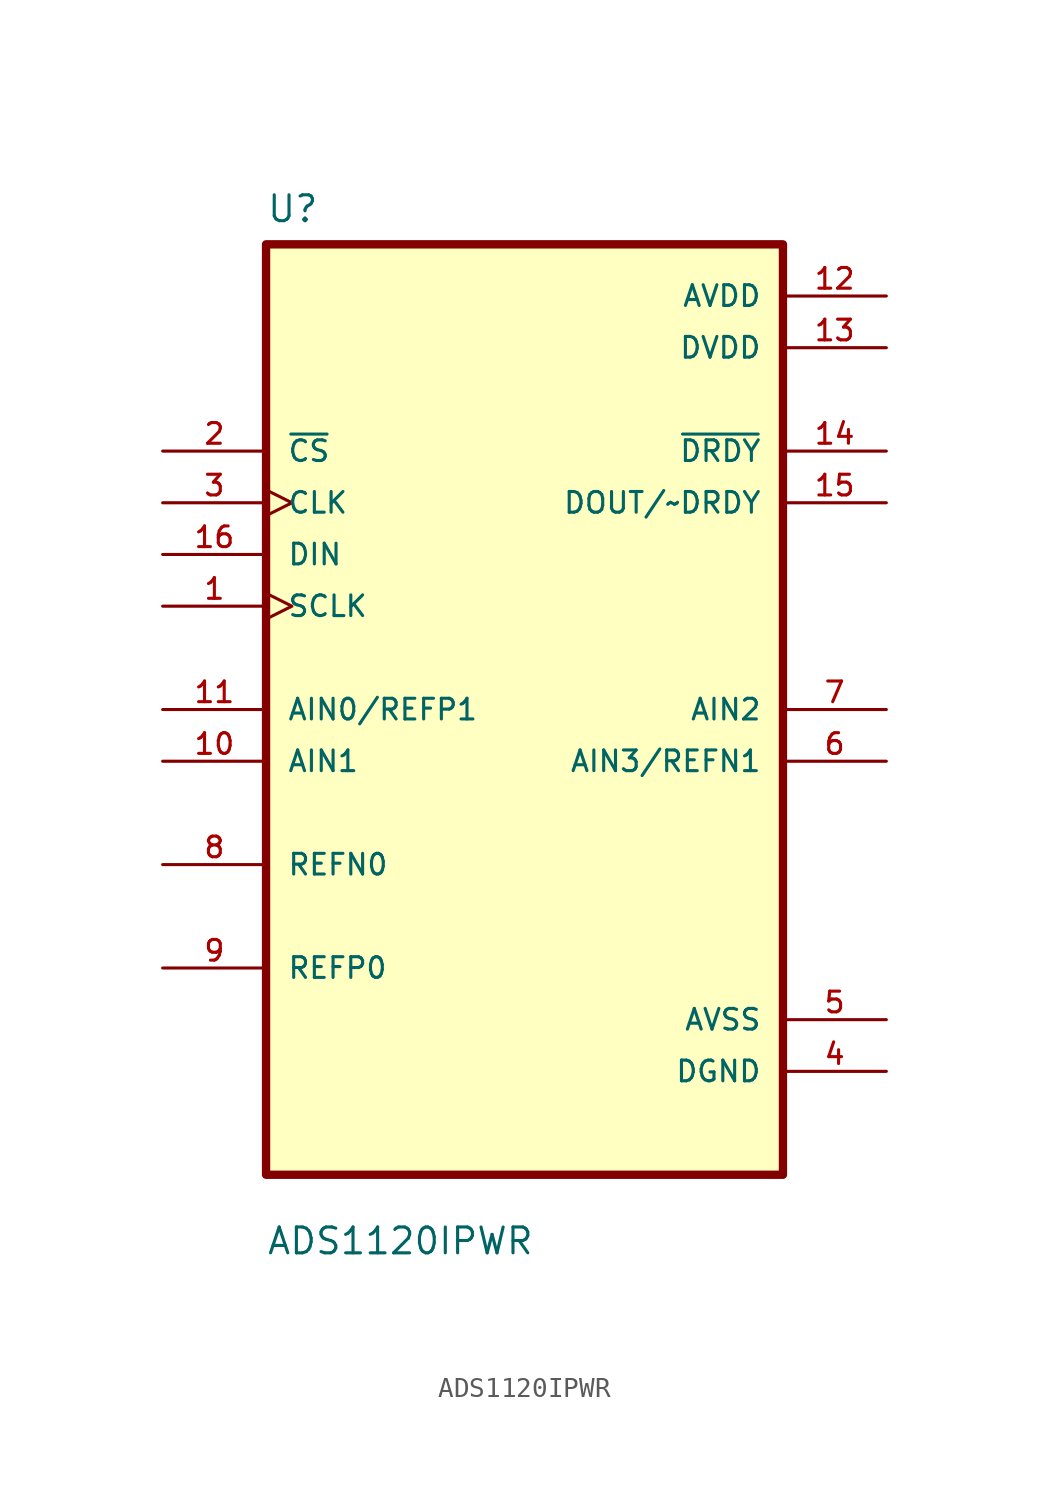
<source format=kicad_sym>
(kicad_symbol_lib
  (version 20211014)
  (generator kicad_symbol_editor)
  (symbol "ADS1120IPWR"
    (pin_names
      (offset 1.016))
    (property "Reference" "U"
      (at -12.7 23.86 0.0)
      (effects (font (size 1.27 1.27)) (justify bottom left)))
    (property "Value" "ADS1120IPWR"
      (at -12.7 -26.86 0.0)
      (effects (font (size 1.27 1.27)) (justify bottom left)))
    (symbol "ADS1120IPWR_0_0"
      (rectangle (start -12.7 -22.86) (end 12.7 22.86) (stroke (width 0.41)) (fill (type background)))
      (pin input line (at -17.78 12.7 0) (length 5.08) (name "~{CS}" (effects (font (size 1.016 1.016)))) (number "2" (effects (font (size 1.016 1.016)))))
      (pin input clock (at -17.78 10.16 0) (length 5.08) (name "CLK" (effects (font (size 1.016 1.016)))) (number "3" (effects (font (size 1.016 1.016)))))
      (pin input line (at -17.78 7.62 0) (length 5.08) (name "DIN" (effects (font (size 1.016 1.016)))) (number "16" (effects (font (size 1.016 1.016)))))
      (pin input clock (at -17.78 5.08 0) (length 5.08) (name "SCLK" (effects (font (size 1.016 1.016)))) (number "1" (effects (font (size 1.016 1.016)))))
      (pin bidirectional line (at -17.78 0.0 0) (length 5.08) (name "AIN0/REFP1" (effects (font (size 1.016 1.016)))) (number "11" (effects (font (size 1.016 1.016)))))
      (pin bidirectional line (at -17.78 -2.54 0) (length 5.08) (name "AIN1" (effects (font (size 1.016 1.016)))) (number "10" (effects (font (size 1.016 1.016)))))
      (pin bidirectional line (at -17.78 -7.62 0) (length 5.08) (name "REFN0" (effects (font (size 1.016 1.016)))) (number "8" (effects (font (size 1.016 1.016)))))
      (pin bidirectional line (at -17.78 -12.7 0) (length 5.08) (name "REFP0" (effects (font (size 1.016 1.016)))) (number "9" (effects (font (size 1.016 1.016)))))
      (pin power_in line (at 17.78 20.32 180.0) (length 5.08) (name "AVDD" (effects (font (size 1.016 1.016)))) (number "12" (effects (font (size 1.016 1.016)))))
      (pin power_in line (at 17.78 17.78 180.0) (length 5.08) (name "DVDD" (effects (font (size 1.016 1.016)))) (number "13" (effects (font (size 1.016 1.016)))))
      (pin output line (at 17.78 12.7 180.0) (length 5.08) (name "~{DRDY}" (effects (font (size 1.016 1.016)))) (number "14" (effects (font (size 1.016 1.016)))))
      (pin output line (at 17.78 10.16 180.0) (length 5.08) (name "DOUT/~DRDY" (effects (font (size 1.016 1.016)))) (number "15" (effects (font (size 1.016 1.016)))))
      (pin bidirectional line (at 17.78 0.0 180.0) (length 5.08) (name "AIN2" (effects (font (size 1.016 1.016)))) (number "7" (effects (font (size 1.016 1.016)))))
      (pin bidirectional line (at 17.78 -2.54 180.0) (length 5.08) (name "AIN3/REFN1" (effects (font (size 1.016 1.016)))) (number "6" (effects (font (size 1.016 1.016)))))
      (pin power_in line (at 17.78 -15.24 180.0) (length 5.08) (name "AVSS" (effects (font (size 1.016 1.016)))) (number "5" (effects (font (size 1.016 1.016)))))
      (pin power_in line (at 17.78 -17.78 180.0) (length 5.08) (name "DGND" (effects (font (size 1.016 1.016)))) (number "4" (effects (font (size 1.016 1.016))))))))
</source>
